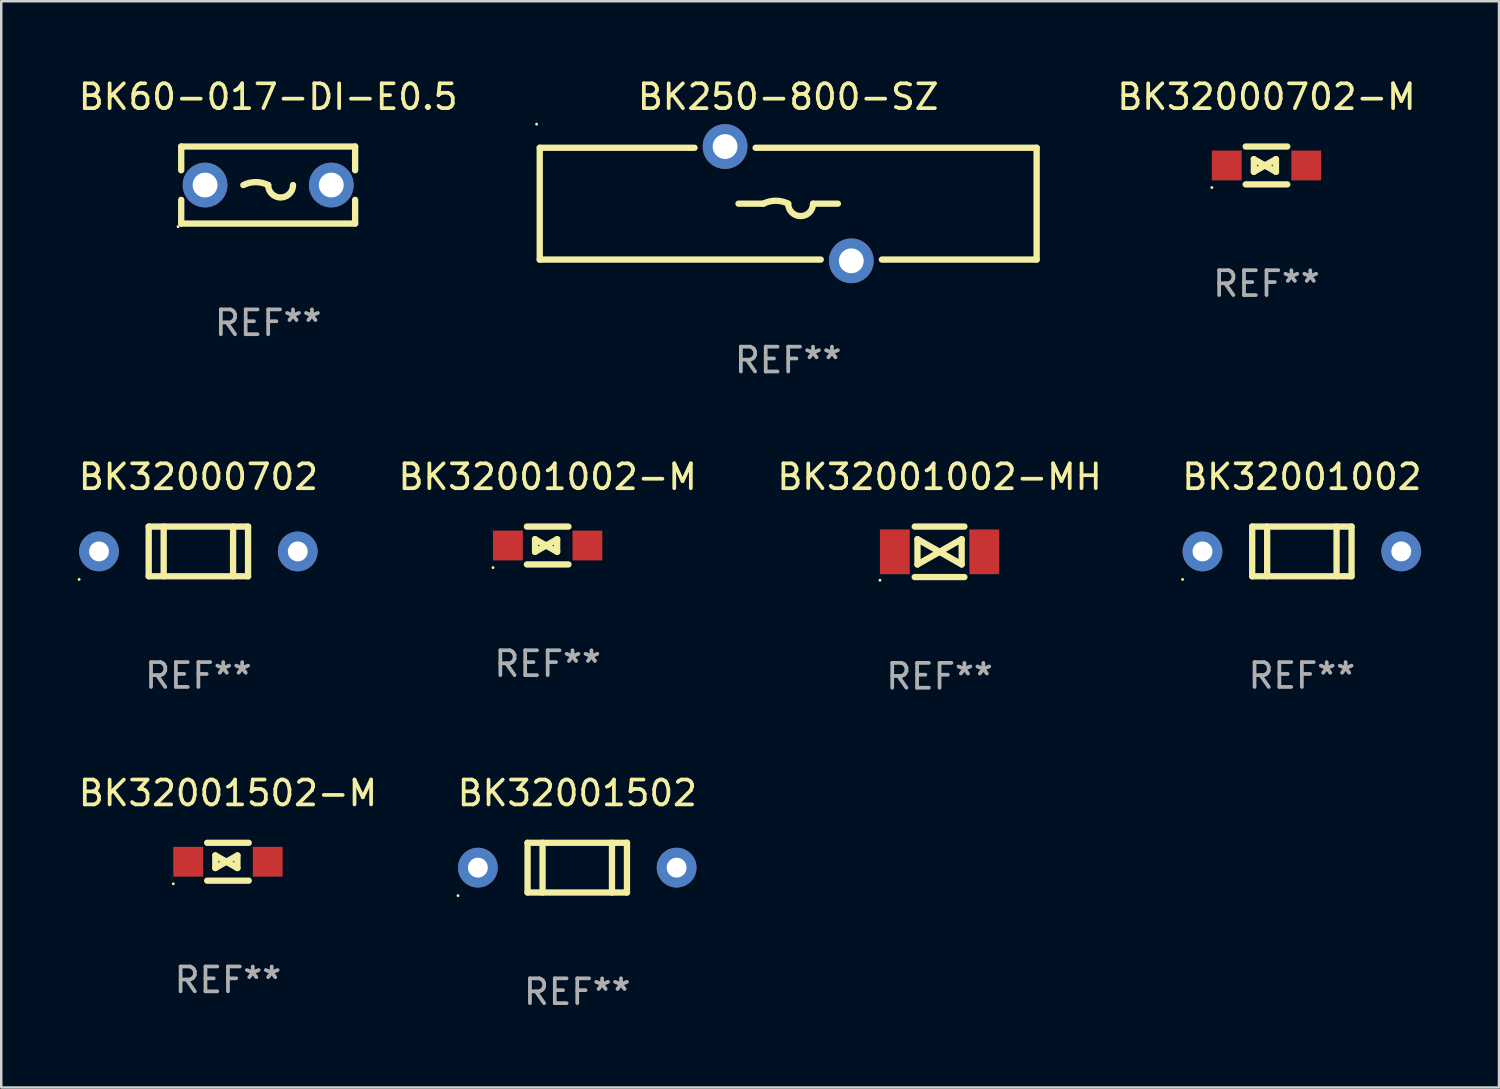
<source format=kicad_pcb>
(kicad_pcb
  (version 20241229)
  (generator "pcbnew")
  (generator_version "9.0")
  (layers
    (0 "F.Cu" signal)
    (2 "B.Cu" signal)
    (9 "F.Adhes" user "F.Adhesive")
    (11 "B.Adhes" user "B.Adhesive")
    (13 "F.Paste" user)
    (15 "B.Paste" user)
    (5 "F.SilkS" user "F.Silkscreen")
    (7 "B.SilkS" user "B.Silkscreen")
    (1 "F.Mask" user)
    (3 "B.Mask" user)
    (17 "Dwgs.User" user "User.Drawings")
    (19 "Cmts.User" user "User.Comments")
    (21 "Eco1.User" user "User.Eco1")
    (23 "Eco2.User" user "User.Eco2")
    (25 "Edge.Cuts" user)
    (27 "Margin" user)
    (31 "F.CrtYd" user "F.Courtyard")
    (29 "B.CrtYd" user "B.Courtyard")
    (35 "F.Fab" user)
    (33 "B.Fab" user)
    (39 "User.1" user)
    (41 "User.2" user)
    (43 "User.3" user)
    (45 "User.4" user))
  (footprint "BK32001002"
    (layer "F.Cu")
    (at 49.351 19.145)
    (property "Reference" "BK32001002" (at 0 -3 0) (layer "F.SilkS") (effects (font (size 1 1) (thickness 0.15))))
    (attr through_hole)
    (fp_line (start -2 -1) (end -2 1) (stroke (width 0.254) (type solid)) (layer "F.SilkS"))
    (fp_line (start -2 1) (end 2 1) (stroke (width 0.254) (type solid)) (layer "F.SilkS"))
    (fp_line (start -1.397 -1) (end -1.397 1) (stroke (width 0.254) (type solid)) (layer "F.SilkS"))
    (fp_line (start 1.397 -1) (end 1.397 1) (stroke (width 0.254) (type solid)) (layer "F.SilkS"))
    (fp_line (start 2 -1) (end -2 -1) (stroke (width 0.254) (type solid)) (layer "F.SilkS"))
    (fp_line (start 2 -1) (end 2 1) (stroke (width 0.254) (type solid)) (layer "F.SilkS"))
    (fp_circle (center -4.8 1.127) (end -4.77 1.127) (stroke (width 0.06) (type solid)) (fill no) (layer "F.SilkS"))
    (fp_text user "REF**" (at 0 5 0) (layer "F.Fab") (effects (font (size 1 1) (thickness 0.15))))
    (pad "1" thru_hole circle (at -4 0) (size 1.6 1.6) (drill 0.8) (layers "*.Cu" "*.Mask"))
    (pad "2" thru_hole circle (at 4 0) (size 1.6 1.6) (drill 0.8) (layers "*.Cu" "*.Mask")))
  (footprint "BK250-800-SZ"
    (layer "F.Cu")
    (at 28.675 5.148)
    (property "Reference" "BK250-800-SZ" (at 0 -4.3 0) (layer "F.SilkS") (effects (font (size 1 1) (thickness 0.15))))
    (attr through_hole)
    (fp_line (start -10 -2.25) (end -3.77 -2.25) (stroke (width 0.254) (type solid)) (layer "F.SilkS"))
    (fp_line (start -10 2.25) (end -10 -2.25) (stroke (width 0.254) (type solid)) (layer "F.SilkS"))
    (fp_line (start -10 2.25) (end 1.31 2.25) (stroke (width 0.254) (type solid)) (layer "F.SilkS"))
    (fp_line (start -1.31 -2.25) (end 10 -2.25) (stroke (width 0.254) (type solid)) (layer "F.SilkS"))
    (fp_line (start -1 0) (end -2 0) (stroke (width 0.254) (type solid)) (layer "F.SilkS"))
    (fp_line (start 1 0) (end 2 0) (stroke (width 0.254) (type solid)) (layer "F.SilkS"))
    (fp_line (start 3.77 2.25) (end 10 2.25) (stroke (width 0.254) (type solid)) (layer "F.SilkS"))
    (fp_line (start 10 -2.25) (end 10 2.25) (stroke (width 0.254) (type solid)) (layer "F.SilkS"))
    (fp_arc (start -1 0) (mid -0.5 -0.118021) (end 0 0) (stroke (width 0.254001) (type solid)) (layer "F.SilkS"))
    (fp_arc (start 1.000762 0) (mid 0.500381 0.500127) (end 0 0) (stroke (width 0.254001) (type solid)) (layer "F.SilkS"))
    (fp_circle (center -10.127 -3.2) (end -10.097 -3.2) (stroke (width 0.06) (type solid)) (fill no) (layer "F.SilkS"))
    (fp_text user "REF**" (at 0 6.3 0) (layer "F.Fab") (effects (font (size 1 1) (thickness 0.15))))
    (pad "1" thru_hole circle (at -2.54 -2.3) (size 1.8 1.8) (drill 1) (layers "*.Cu" "*.Mask"))
    (pad "2" thru_hole circle (at 2.54 2.3) (size 1.8 1.8) (drill 1) (layers "*.Cu" "*.Mask")))
  (footprint "BK32001002-M"
    (layer "F.Cu")
    (at 18.994 18.907)
    (property "Reference" "BK32001002-M" (at 0 -2.762 0) (layer "F.SilkS") (effects (font (size 1 1) (thickness 0.15))))
    (attr through_hole)
    (fp_line (start -0.836 -0.762) (end 0.836 -0.762) (stroke (width 0.254) (type solid)) (layer "F.SilkS"))
    (fp_line (start -0.836 0.762) (end 0.836 0.762) (stroke (width 0.254) (type solid)) (layer "F.SilkS"))
    (fp_line (start -0.508 -0.254) (end -0.508 0.254) (stroke (width 0.254) (type solid)) (layer "F.SilkS"))
    (fp_line (start -0.508 0.254) (end 0.381 -0.254) (stroke (width 0.254) (type solid)) (layer "F.SilkS"))
    (fp_line (start 0.381 -0.254) (end 0.381 0.254) (stroke (width 0.254) (type solid)) (layer "F.SilkS"))
    (fp_line (start 0.381 0.254) (end -0.508 -0.254) (stroke (width 0.254) (type solid)) (layer "F.SilkS"))
    (fp_circle (center -2.2 0.889) (end -2.17 0.889) (stroke (width 0.06) (type solid)) (fill no) (layer "F.SilkS"))
    (fp_text user "REF**" (at 0 4.762 0) (layer "F.Fab") (effects (font (size 1 1) (thickness 0.15))))
    (pad "1" smd rect (at -1.6 0) (size 1.2 1.2) (layers "F.Cu" "F.Mask" "F.Paste"))
    (pad "2" smd rect (at 1.6 0) (size 1.2 1.2) (layers "F.Cu" "F.Mask" "F.Paste")))
  (footprint "BK32000702"
    (layer "F.Cu")
    (at 4.935 19.145)
    (property "Reference" "BK32000702" (at 0 -3 0) (layer "F.SilkS") (effects (font (size 1 1) (thickness 0.15))))
    (attr through_hole)
    (fp_line (start -2 -1) (end -2 1) (stroke (width 0.254) (type solid)) (layer "F.SilkS"))
    (fp_line (start -2 1) (end 2 1) (stroke (width 0.254) (type solid)) (layer "F.SilkS"))
    (fp_line (start -1.397 -1) (end -1.397 1) (stroke (width 0.254) (type solid)) (layer "F.SilkS"))
    (fp_line (start 1.397 -1) (end 1.397 1) (stroke (width 0.254) (type solid)) (layer "F.SilkS"))
    (fp_line (start 2 -1) (end -2 -1) (stroke (width 0.254) (type solid)) (layer "F.SilkS"))
    (fp_line (start 2 -1) (end 2 1) (stroke (width 0.254) (type solid)) (layer "F.SilkS"))
    (fp_circle (center -4.8 1.127) (end -4.77 1.127) (stroke (width 0.06) (type solid)) (fill no) (layer "F.SilkS"))
    (fp_text user "REF**" (at 0 5 0) (layer "F.Fab") (effects (font (size 1 1) (thickness 0.15))))
    (pad "1" thru_hole circle (at -4 0) (size 1.6 1.6) (drill 0.8) (layers "*.Cu" "*.Mask"))
    (pad "2" thru_hole circle (at 4 0) (size 1.6 1.6) (drill 0.8) (layers "*.Cu" "*.Mask")))
  (footprint "BK32001502"
    (layer "F.Cu")
    (at 20.185 31.873)
    (property "Reference" "BK32001502" (at 0 -3 0) (layer "F.SilkS") (effects (font (size 1 1) (thickness 0.15))))
    (attr through_hole)
    (fp_line (start -2 -1) (end -2 1) (stroke (width 0.254) (type solid)) (layer "F.SilkS"))
    (fp_line (start -2 1) (end 2 1) (stroke (width 0.254) (type solid)) (layer "F.SilkS"))
    (fp_line (start -1.397 -1) (end -1.397 1) (stroke (width 0.254) (type solid)) (layer "F.SilkS"))
    (fp_line (start 1.397 -1) (end 1.397 1) (stroke (width 0.254) (type solid)) (layer "F.SilkS"))
    (fp_line (start 2 -1) (end -2 -1) (stroke (width 0.254) (type solid)) (layer "F.SilkS"))
    (fp_line (start 2 -1) (end 2 1) (stroke (width 0.254) (type solid)) (layer "F.SilkS"))
    (fp_circle (center -4.8 1.127) (end -4.77 1.127) (stroke (width 0.06) (type solid)) (fill no) (layer "F.SilkS"))
    (fp_text user "REF**" (at 0 5 0) (layer "F.Fab") (effects (font (size 1 1) (thickness 0.15))))
    (pad "1" thru_hole circle (at -4 0) (size 1.6 1.6) (drill 0.8) (layers "*.Cu" "*.Mask"))
    (pad "2" thru_hole circle (at 4 0) (size 1.6 1.6) (drill 0.8) (layers "*.Cu" "*.Mask")))
  (footprint "BK32000702-M"
    (layer "F.Cu")
    (at 47.927 3.61)
    (property "Reference" "BK32000702-M" (at 0 -2.762 0) (layer "F.SilkS") (effects (font (size 1 1) (thickness 0.15))))
    (attr through_hole)
    (fp_line (start -0.836 -0.762) (end 0.836 -0.762) (stroke (width 0.254) (type solid)) (layer "F.SilkS"))
    (fp_line (start -0.836 0.762) (end 0.836 0.762) (stroke (width 0.254) (type solid)) (layer "F.SilkS"))
    (fp_line (start -0.508 -0.254) (end -0.508 0.254) (stroke (width 0.254) (type solid)) (layer "F.SilkS"))
    (fp_line (start -0.508 0.254) (end 0.381 -0.254) (stroke (width 0.254) (type solid)) (layer "F.SilkS"))
    (fp_line (start 0.381 -0.254) (end 0.381 0.254) (stroke (width 0.254) (type solid)) (layer "F.SilkS"))
    (fp_line (start 0.381 0.254) (end -0.508 -0.254) (stroke (width 0.254) (type solid)) (layer "F.SilkS"))
    (fp_circle (center -2.2 0.889) (end -2.17 0.889) (stroke (width 0.06) (type solid)) (fill no) (layer "F.SilkS"))
    (fp_text user "REF**" (at 0 4.762 0) (layer "F.Fab") (effects (font (size 1 1) (thickness 0.15))))
    (pad "1" smd rect (at -1.6 0) (size 1.2 1.2) (layers "F.Cu" "F.Mask" "F.Paste"))
    (pad "2" smd rect (at 1.6 0) (size 1.2 1.2) (layers "F.Cu" "F.Mask" "F.Paste")))
  (footprint "BK32001002-MH"
    (layer "F.Cu")
    (at 34.768 19.161)
    (property "Reference" "BK32001002-MH" (at 0 -3.016 0) (layer "F.SilkS") (effects (font (size 1 1) (thickness 0.15))))
    (attr through_hole)
    (fp_line (start -1 -1.016) (end 1 -1.016) (stroke (width 0.254) (type solid)) (layer "F.SilkS"))
    (fp_line (start -1 1.016) (end 1 1.016) (stroke (width 0.254) (type solid)) (layer "F.SilkS"))
    (fp_line (start -0.889 -0.508) (end -0.889 0.508) (stroke (width 0.254) (type solid)) (layer "F.SilkS"))
    (fp_line (start -0.889 0.508) (end 0.889 -0.508) (stroke (width 0.254) (type solid)) (layer "F.SilkS"))
    (fp_line (start 0.889 -0.508) (end 0.889 0.508) (stroke (width 0.254) (type solid)) (layer "F.SilkS"))
    (fp_line (start 0.889 0.508) (end -0.889 -0.508) (stroke (width 0.254) (type solid)) (layer "F.SilkS"))
    (fp_circle (center -2.4 1.143) (end -2.37 1.143) (stroke (width 0.06) (type solid)) (fill no) (layer "F.SilkS"))
    (fp_text user "REF**" (at 0 5.016 0) (layer "F.Fab") (effects (font (size 1 1) (thickness 0.15))))
    (pad "1" smd rect (at -1.8 0) (size 1.2 1.8) (layers "F.Cu" "F.Mask" "F.Paste"))
    (pad "2" smd rect (at 1.8 0) (size 1.2 1.8) (layers "F.Cu" "F.Mask" "F.Paste")))
  (footprint "BK60-017-DI-E0.5"
    (layer "F.Cu")
    (at 7.744 4.398)
    (property "Reference" "BK60-017-DI-E0.5" (at 0 -3.55 0) (layer "F.SilkS") (effects (font (size 1 1) (thickness 0.15))))
    (attr through_hole)
    (fp_line (start -3.5 -1.55) (end -3.5 -0.596) (stroke (width 0.254) (type solid)) (layer "F.SilkS"))
    (fp_line (start -3.5 -1.55) (end 3.5 -1.55) (stroke (width 0.254) (type solid)) (layer "F.SilkS"))
    (fp_line (start -3.5 0.596) (end -3.5 1.55) (stroke (width 0.254) (type solid)) (layer "F.SilkS"))
    (fp_line (start 3.5 -1.55) (end 3.5 -0.596) (stroke (width 0.254) (type solid)) (layer "F.SilkS"))
    (fp_line (start 3.5 0.596) (end 3.5 1.55) (stroke (width 0.254) (type solid)) (layer "F.SilkS"))
    (fp_line (start 3.5 1.55) (end -3.5 1.55) (stroke (width 0.254) (type solid)) (layer "F.SilkS"))
    (fp_arc (start -1.000762 0) (mid -0.500381 -0.118151) (end 0 0) (stroke (width 0.254001) (type solid)) (layer "F.SilkS"))
    (fp_arc (start 1.000762 0) (mid 0.500381 0.500127) (end 0 0) (stroke (width 0.254001) (type solid)) (layer "F.SilkS"))
    (fp_circle (center -3.627 1.677) (end -3.597 1.677) (stroke (width 0.06) (type solid)) (fill no) (layer "F.SilkS"))
    (fp_text user "REF**" (at 0 5.55 0) (layer "F.Fab") (effects (font (size 1 1) (thickness 0.15))))
    (pad "1" thru_hole circle (at -2.54 0) (size 1.8 1.8) (drill 1) (layers "*.Cu" "*.Mask"))
    (pad "2" thru_hole circle (at 2.54 0) (size 1.8 1.8) (drill 1) (layers "*.Cu" "*.Mask")))
  (footprint "BK32001502-M"
    (layer "F.Cu")
    (at 6.125 31.635)
    (property "Reference" "BK32001502-M" (at 0 -2.762 0) (layer "F.SilkS") (effects (font (size 1 1) (thickness 0.15))))
    (attr through_hole)
    (fp_line (start -0.836 -0.762) (end 0.836 -0.762) (stroke (width 0.254) (type solid)) (layer "F.SilkS"))
    (fp_line (start -0.836 0.762) (end 0.836 0.762) (stroke (width 0.254) (type solid)) (layer "F.SilkS"))
    (fp_line (start -0.508 -0.254) (end -0.508 0.254) (stroke (width 0.254) (type solid)) (layer "F.SilkS"))
    (fp_line (start -0.508 0.254) (end 0.381 -0.254) (stroke (width 0.254) (type solid)) (layer "F.SilkS"))
    (fp_line (start 0.381 -0.254) (end 0.381 0.254) (stroke (width 0.254) (type solid)) (layer "F.SilkS"))
    (fp_line (start 0.381 0.254) (end -0.508 -0.254) (stroke (width 0.254) (type solid)) (layer "F.SilkS"))
    (fp_circle (center -2.2 0.889) (end -2.17 0.889) (stroke (width 0.06) (type solid)) (fill no) (layer "F.SilkS"))
    (fp_text user "REF**" (at 0 4.762 0) (layer "F.Fab") (effects (font (size 1 1) (thickness 0.15))))
    (pad "1" smd rect (at -1.6 0) (size 1.2 1.2) (layers "F.Cu" "F.Mask" "F.Paste"))
    (pad "2" smd rect (at 1.6 0) (size 1.2 1.2) (layers "F.Cu" "F.Mask" "F.Paste")))
  (gr_rect
    (start -3 -3)
    (end 57.286 40.722)
    (stroke (width 0.1) (type default))
    (fill no)
    (layer "Edge.Cuts")))
</source>
